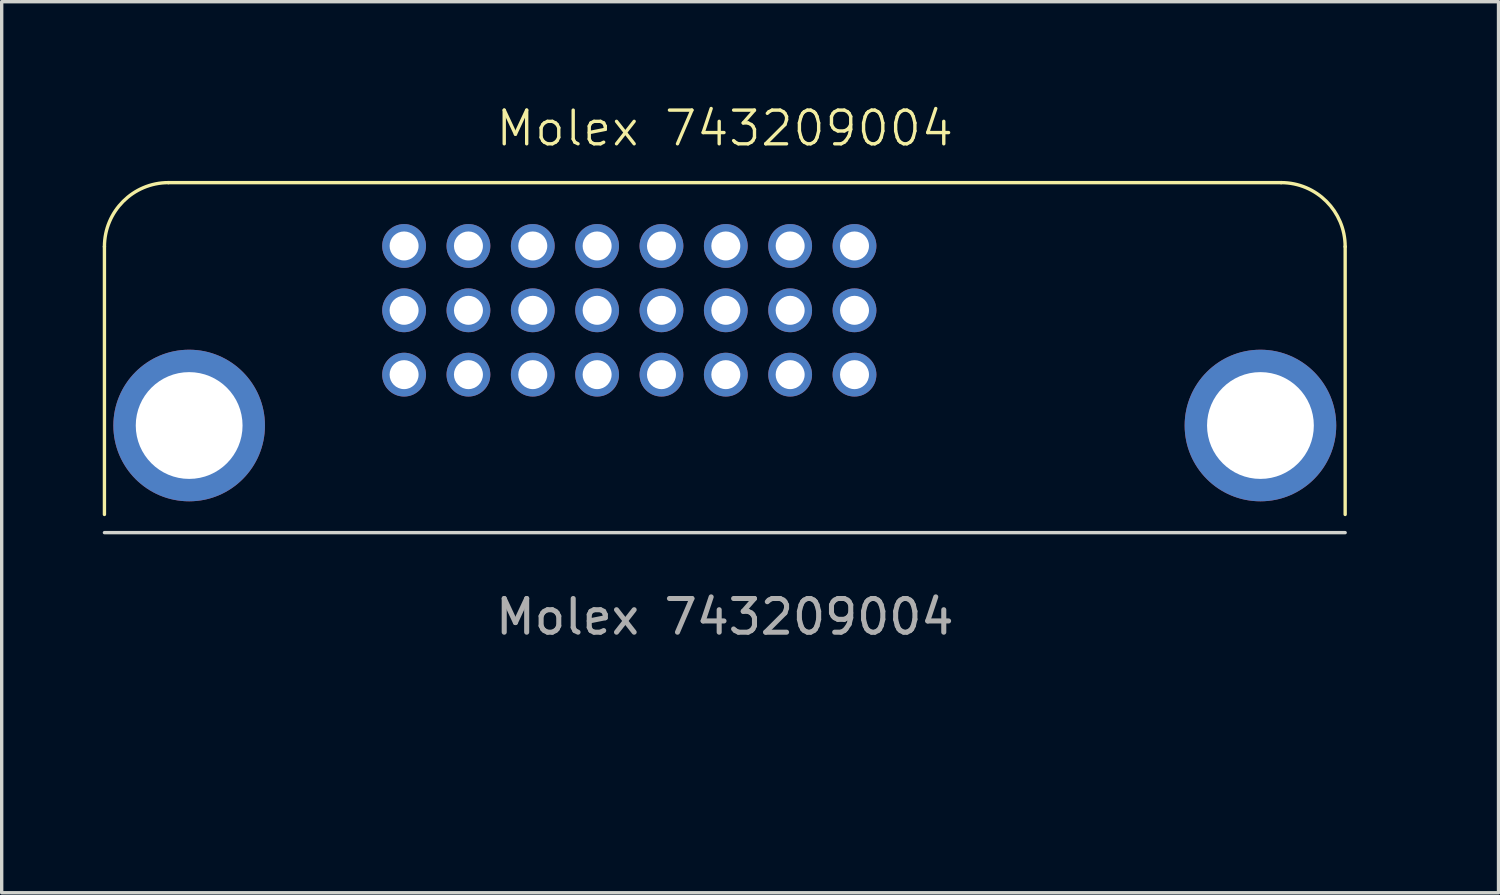
<source format=kicad_pcb>
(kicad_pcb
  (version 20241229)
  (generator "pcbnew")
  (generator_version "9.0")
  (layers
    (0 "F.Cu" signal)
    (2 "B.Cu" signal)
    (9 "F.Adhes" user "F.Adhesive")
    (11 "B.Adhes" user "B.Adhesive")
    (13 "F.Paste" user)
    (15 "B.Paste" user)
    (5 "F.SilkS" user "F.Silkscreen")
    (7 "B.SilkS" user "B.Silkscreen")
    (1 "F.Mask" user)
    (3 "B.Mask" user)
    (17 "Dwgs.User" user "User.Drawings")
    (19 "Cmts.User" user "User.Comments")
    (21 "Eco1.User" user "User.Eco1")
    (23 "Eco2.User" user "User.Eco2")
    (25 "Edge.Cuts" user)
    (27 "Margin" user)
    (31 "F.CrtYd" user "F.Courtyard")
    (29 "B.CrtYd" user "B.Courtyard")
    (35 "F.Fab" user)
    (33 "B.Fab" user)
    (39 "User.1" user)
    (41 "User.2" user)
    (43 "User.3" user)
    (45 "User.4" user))
  (footprint "Molex 743209004"
    (layer "F.Cu")
    (at 18.465 12.761)
    (property "Reference" "Molex 743209004" (at 0 -12 0) (unlocked yes) (layer "F.SilkS") (effects (font (size 1 1) (thickness 0.1))))
    (attr smd)
    (fp_line (start -18.415 -8.49) (end -18.415 -0.54) (stroke (width 0.1) (type default)) (layer "F.SilkS"))
    (fp_line (start 16.515 -10.39) (end -16.515 -10.39) (stroke (width 0.1) (type default)) (layer "F.SilkS"))
    (fp_line (start 18.415 -8.49) (end 18.415 -0.54) (stroke (width 0.1) (type default)) (layer "F.SilkS"))
    (fp_arc (start -18.415 -8.49) (mid -17.858503 -9.833503) (end -16.515 -10.39) (stroke (width 0.1) (type default)) (layer "F.SilkS"))
    (fp_arc (start 16.515 -10.39) (mid 17.858503 -9.833503) (end 18.415 -8.49) (stroke (width 0.1) (type default)) (layer "F.SilkS"))
    (fp_line (start 18.415 0) (end -18.415 0) (stroke (width 0.1) (type default)) (layer "Edge.Cuts"))
    (fp_line (start -18.415 1.14) (end -18.415 -8.49) (stroke (width 0.1) (type solid)) (layer "User.1"))
    (fp_line (start -18.415 1.14) (end 18.415 1.14) (stroke (width 0.1) (type solid)) (layer "User.1"))
    (fp_line (start -12.015 7.64) (end -12.015 1.14) (stroke (width 0.1) (type default)) (layer "User.1"))
    (fp_line (start -12.015 7.64) (end 12.015 7.64) (stroke (width 0.1) (type solid)) (layer "User.1"))
    (fp_line (start 12.015 7.64) (end 12.015 1.14) (stroke (width 0.1) (type default)) (layer "User.1"))
    (fp_line (start 18.415 1.14) (end 18.415 -8.49) (stroke (width 0.1) (type solid)) (layer "User.1"))
    (fp_line (start 15.805 0.57) (end 16.17 0.205) (stroke (width 0.1) (type default)) (layer "User.2"))
    (fp_line (start 16.17 0.205) (end 16.535 0.57) (stroke (width 0.1) (type default)) (layer "User.2"))
    (fp_line (start 16.17 1.475) (end 16.17 0.205) (stroke (width 0.1) (type default)) (layer "User.2"))
    (fp_text user "${REFERENCE}" (at 0 2.5 0) (unlocked yes) (layer "F.Fab") (effects (font (size 1 1) (thickness 0.15))))
    (fp_text user "PCB Edge" (at 16.175 2.28 0) (unlocked yes) (layer "User.2") (effects (font (size 1 1) (thickness 0.15))))
    (pad "1" thru_hole circle (at -9.52 -8.51) (size 1.3 1.3) (drill 0.86) (layers "*.Cu" "*.Mask"))
    (pad "2" thru_hole circle (at -7.61 -8.51) (size 1.3 1.3) (drill 0.86) (layers "*.Cu" "*.Mask"))
    (pad "3" thru_hole circle (at -5.7 -8.51) (size 1.3 1.3) (drill 0.86) (layers "*.Cu" "*.Mask"))
    (pad "4" thru_hole circle (at -3.79 -8.51) (size 1.3 1.3) (drill 0.86) (layers "*.Cu" "*.Mask"))
    (pad "5" thru_hole circle (at -1.88 -8.51) (size 1.3 1.3) (drill 0.86) (layers "*.Cu" "*.Mask"))
    (pad "6" thru_hole circle (at 0.03 -8.51) (size 1.3 1.3) (drill 0.86) (layers "*.Cu" "*.Mask"))
    (pad "7" thru_hole circle (at 1.94 -8.51) (size 1.3 1.3) (drill 0.86) (layers "*.Cu" "*.Mask"))
    (pad "8" thru_hole circle (at 3.85 -8.51) (size 1.3 1.3) (drill 0.86) (layers "*.Cu" "*.Mask"))
    (pad "9" thru_hole circle (at -9.52 -6.6) (size 1.3 1.3) (drill 0.86) (layers "*.Cu" "*.Mask"))
    (pad "10" thru_hole circle (at -7.61 -6.6) (size 1.3 1.3) (drill 0.86) (layers "*.Cu" "*.Mask"))
    (pad "11" thru_hole circle (at -5.7 -6.6) (size 1.3 1.3) (drill 0.86) (layers "*.Cu" "*.Mask"))
    (pad "12" thru_hole circle (at -3.79 -6.6) (size 1.3 1.3) (drill 0.86) (layers "*.Cu" "*.Mask"))
    (pad "13" thru_hole circle (at -1.88 -6.6) (size 1.3 1.3) (drill 0.86) (layers "*.Cu" "*.Mask"))
    (pad "14" thru_hole circle (at 0.03 -6.6) (size 1.3 1.3) (drill 0.86) (layers "*.Cu" "*.Mask"))
    (pad "15" thru_hole circle (at 1.94 -6.6) (size 1.3 1.3) (drill 0.86) (layers "*.Cu" "*.Mask"))
    (pad "16" thru_hole circle (at 3.85 -6.6) (size 1.3 1.3) (drill 0.86) (layers "*.Cu" "*.Mask"))
    (pad "17" thru_hole circle (at -9.52 -4.69) (size 1.3 1.3) (drill 0.86) (layers "*.Cu" "*.Mask"))
    (pad "18" thru_hole circle (at -7.61 -4.69) (size 1.3 1.3) (drill 0.86) (layers "*.Cu" "*.Mask"))
    (pad "19" thru_hole circle (at -5.7 -4.69) (size 1.3 1.3) (drill 0.86) (layers "*.Cu" "*.Mask"))
    (pad "20" thru_hole circle (at -3.79 -4.69) (size 1.3 1.3) (drill 0.86) (layers "*.Cu" "*.Mask"))
    (pad "21" thru_hole circle (at -1.88 -4.69) (size 1.3 1.3) (drill 0.86) (layers "*.Cu" "*.Mask"))
    (pad "22" thru_hole circle (at 0.03 -4.69) (size 1.3 1.3) (drill 0.86) (layers "*.Cu" "*.Mask"))
    (pad "23" thru_hole circle (at 1.94 -4.69) (size 1.3 1.3) (drill 0.86) (layers "*.Cu" "*.Mask"))
    (pad "24" thru_hole circle (at 3.85 -4.69) (size 1.3 1.3) (drill 0.86) (layers "*.Cu" "*.Mask"))
    (pad "SH" thru_hole circle (at -15.9 -3.18) (size 4.5 4.5) (drill 3.17) (layers "*.Cu" "*.Mask"))
    (pad "SH" thru_hole circle (at 15.9 -3.18) (size 4.5 4.5) (drill 3.17) (layers "*.Cu" "*.Mask")))
  (gr_rect
    (start -3 -3)
    (end 41.432 23.451)
    (stroke (width 0.1) (type default))
    (fill no)
    (layer "Edge.Cuts")))
</source>
